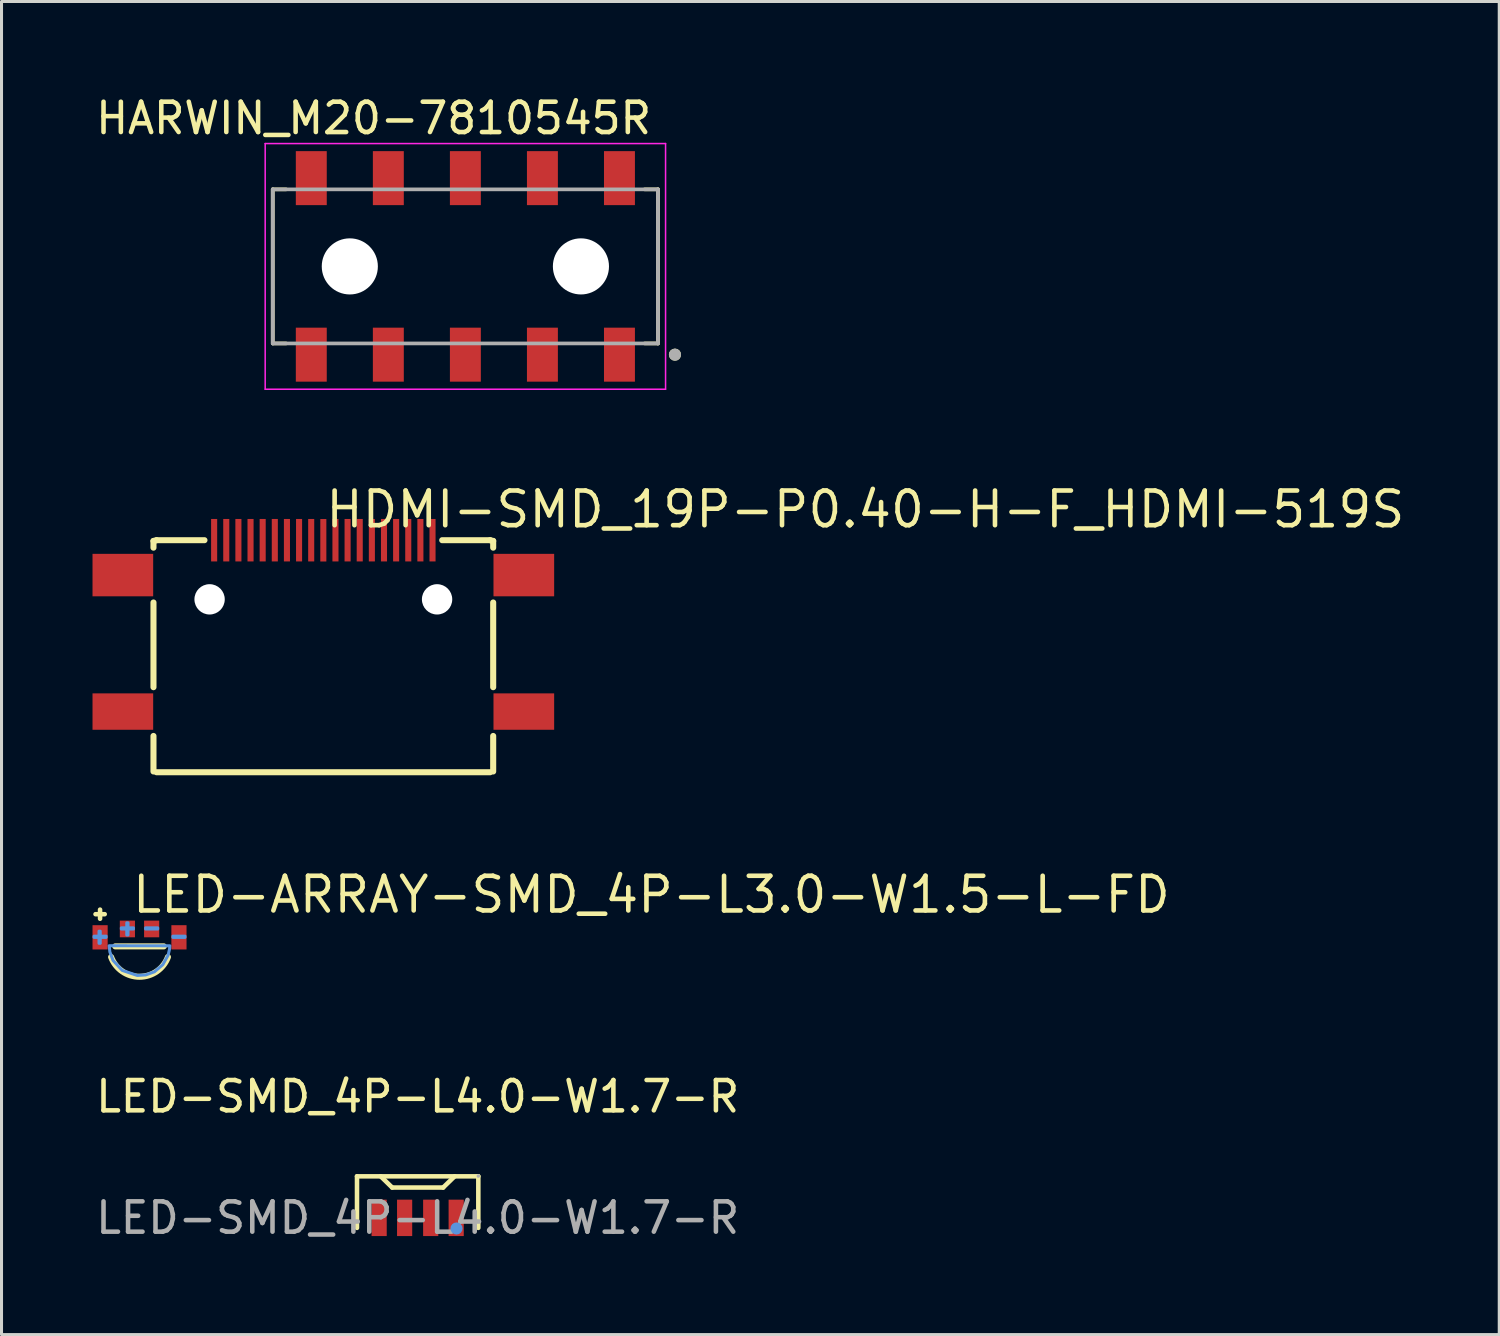
<source format=kicad_pcb>
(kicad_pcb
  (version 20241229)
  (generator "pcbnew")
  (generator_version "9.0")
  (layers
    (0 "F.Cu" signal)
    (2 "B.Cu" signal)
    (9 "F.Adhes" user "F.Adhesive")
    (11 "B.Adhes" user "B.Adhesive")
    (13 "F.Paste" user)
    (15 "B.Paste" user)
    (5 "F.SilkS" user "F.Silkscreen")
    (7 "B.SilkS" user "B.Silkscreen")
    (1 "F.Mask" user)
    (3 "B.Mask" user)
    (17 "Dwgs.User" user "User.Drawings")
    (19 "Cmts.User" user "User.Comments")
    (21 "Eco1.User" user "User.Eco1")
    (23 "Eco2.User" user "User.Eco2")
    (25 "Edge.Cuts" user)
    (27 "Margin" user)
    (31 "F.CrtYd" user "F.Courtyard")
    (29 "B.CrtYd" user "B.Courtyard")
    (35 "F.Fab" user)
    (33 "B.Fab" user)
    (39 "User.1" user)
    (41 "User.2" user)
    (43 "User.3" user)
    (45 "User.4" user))
  (footprint "LED-SMD_4P-L4.0-W1.7-R"
    (layer "F.Cu")
    (at 10.72 37.102)
    (property "Reference" "LED-SMD_4P-L4.0-W1.7-R" (at 0 -4 0) (layer "F.SilkS") (effects (font (size 1 1) (thickness 0.15))))
    (attr smd)
    (fp_line (start -2 -1.37) (end -2 0.33) (stroke (width 0.15) (type solid)) (layer "F.SilkS"))
    (fp_line (start -1.22 -1.37) (end -0.84 -1) (stroke (width 0.15) (type solid)) (layer "F.SilkS"))
    (fp_line (start -0.84 -1) (end 0.84 -1) (stroke (width 0.15) (type solid)) (layer "F.SilkS"))
    (fp_line (start 0.84 -1) (end 1.22 -1.37) (stroke (width 0.15) (type solid)) (layer "F.SilkS"))
    (fp_line (start 2 -1.37) (end -2 -1.37) (stroke (width 0.15) (type solid)) (layer "F.SilkS"))
    (fp_line (start 2 0.33) (end 2 -1.37) (stroke (width 0.15) (type solid)) (layer "F.SilkS"))
    (fp_circle (center 1.28 0.35) (end 1.38 0.35) (stroke (width 0.2) (type solid)) (fill no) (layer "Cmts.User"))
    (fp_circle (center 2 -1.38) (end 2.03 -1.38) (stroke (width 0.06) (type solid)) (fill no) (layer "F.Fab"))
    (fp_text user "${REFERENCE}" (at 0 0 0) (layer "F.Fab") (effects (font (size 1 1) (thickness 0.15))))
    (pad "1" smd rect (at 1.27 0) (size 0.5 1.2) (layers "F.Cu" "F.Mask" "F.Paste"))
    (pad "2" smd rect (at 0.43 0) (size 0.5 1.2) (layers "F.Cu" "F.Mask" "F.Paste"))
    (pad "3" smd rect (at -0.43 0) (size 0.5 1.2) (layers "F.Cu" "F.Mask" "F.Paste"))
    (pad "4" smd rect (at -1.27 0) (size 0.5 1.2) (layers "F.Cu" "F.Mask" "F.Paste")))
  (footprint "HDMI-SMD_19P-P0.40-H-F_HDMI-519S"
    (layer "F.Cu")
    (at 7.61 17.585)
    (property "Reference" "HDMI-SMD_19P-P0.40-H-F_HDMI-519S" (at 0 -3.841 0) (layer "F.SilkS") (effects (font (size 1.143 1.143) (thickness 0.152)) (justify left)))
    (attr smd)
    (fp_line (start -5.6 -2.8) (end -5.6 -2.579) (stroke (width 0.2) (type solid)) (layer "F.SilkS"))
    (fp_line (start -5.6 -0.771) (end -5.6 2.021) (stroke (width 0.2) (type solid)) (layer "F.SilkS"))
    (fp_line (start -5.6 3.629) (end -5.6 4.8) (stroke (width 0.2) (type solid)) (layer "F.SilkS"))
    (fp_line (start -5.5 -2.825) (end -5.6 -2.8) (stroke (width 0.2) (type solid)) (layer "F.SilkS"))
    (fp_line (start -5.5 4.825) (end 5.5 4.825) (stroke (width 0.2) (type solid)) (layer "F.SilkS"))
    (fp_line (start -3.919 -2.825) (end -5.5 -2.825) (stroke (width 0.2) (type solid)) (layer "F.SilkS"))
    (fp_line (start 5.5 -2.825) (end 3.919 -2.825) (stroke (width 0.2) (type solid)) (layer "F.SilkS"))
    (fp_line (start 5.5 -2.825) (end 5.6 -2.8) (stroke (width 0.2) (type solid)) (layer "F.SilkS"))
    (fp_line (start 5.6 -2.8) (end 5.6 -2.579) (stroke (width 0.2) (type solid)) (layer "F.SilkS"))
    (fp_line (start 5.6 -0.771) (end 5.6 2.021) (stroke (width 0.2) (type solid)) (layer "F.SilkS"))
    (fp_line (start 5.6 3.629) (end 5.6 4.8) (stroke (width 0.2) (type solid)) (layer "F.SilkS"))
    (fp_circle (center -3.75 -0.875) (end -3.55 -0.875) (stroke (width 0.4) (type solid)) (fill no) (layer "Cmts.User"))
    (fp_circle (center 3.75 -0.875) (end 3.95 -0.875) (stroke (width 0.4) (type solid)) (fill no) (layer "Cmts.User"))
    (pad "" np_thru_hole circle (at -3.75 -0.875) (size 1 1) (drill 1) (layers "*.Cu" "*.Mask"))
    (pad "" np_thru_hole circle (at 3.75 -0.875) (size 1 1) (drill 1) (layers "*.Cu" "*.Mask"))
    (pad "1" smd rect (at 3.6 -2.825) (size 0.2 1.4) (layers "F.Cu" "F.Mask" "F.Paste"))
    (pad "2" smd rect (at 3.2 -2.825) (size 0.2 1.4) (layers "F.Cu" "F.Mask" "F.Paste"))
    (pad "3" smd rect (at 2.8 -2.825) (size 0.2 1.4) (layers "F.Cu" "F.Mask" "F.Paste"))
    (pad "4" smd rect (at 2.4 -2.825) (size 0.2 1.4) (layers "F.Cu" "F.Mask" "F.Paste"))
    (pad "5" smd rect (at 2 -2.825) (size 0.2 1.4) (layers "F.Cu" "F.Mask" "F.Paste"))
    (pad "6" smd rect (at 1.6 -2.825) (size 0.2 1.4) (layers "F.Cu" "F.Mask" "F.Paste"))
    (pad "7" smd rect (at 1.2 -2.825) (size 0.2 1.4) (layers "F.Cu" "F.Mask" "F.Paste"))
    (pad "8" smd rect (at 0.8 -2.825) (size 0.2 1.4) (layers "F.Cu" "F.Mask" "F.Paste"))
    (pad "9" smd rect (at 0.4 -2.825) (size 0.2 1.4) (layers "F.Cu" "F.Mask" "F.Paste"))
    (pad "10" smd rect (at 0 -2.823) (size 0.2 1.4) (layers "F.Cu" "F.Mask" "F.Paste"))
    (pad "11" smd rect (at -0.4 -2.825) (size 0.2 1.4) (layers "F.Cu" "F.Mask" "F.Paste"))
    (pad "12" smd rect (at -0.8 -2.825) (size 0.2 1.4) (layers "F.Cu" "F.Mask" "F.Paste"))
    (pad "13" smd rect (at -1.2 -2.825) (size 0.2 1.4) (layers "F.Cu" "F.Mask" "F.Paste"))
    (pad "14" smd rect (at -1.6 -2.825) (size 0.2 1.4) (layers "F.Cu" "F.Mask" "F.Paste"))
    (pad "15" smd rect (at -2 -2.825) (size 0.2 1.4) (layers "F.Cu" "F.Mask" "F.Paste"))
    (pad "16" smd rect (at -2.4 -2.825) (size 0.2 1.4) (layers "F.Cu" "F.Mask" "F.Paste"))
    (pad "17" smd rect (at -2.8 -2.825) (size 0.2 1.4) (layers "F.Cu" "F.Mask" "F.Paste"))
    (pad "18" smd rect (at -3.2 -2.825) (size 0.2 1.4) (layers "F.Cu" "F.Mask" "F.Paste"))
    (pad "19" smd rect (at -3.6 -2.825) (size 0.2 1.4) (layers "F.Cu" "F.Mask" "F.Paste"))
    (pad "SH" smd rect (at -6.61 -1.675) (size 2 1.4) (layers "F.Cu" "F.Mask" "F.Paste"))
    (pad "SH" smd rect (at -6.61 2.825) (size 2 1.2) (layers "F.Cu" "F.Mask" "F.Paste"))
    (pad "SH" smd rect (at 6.61 -1.675) (size 2 1.4) (layers "F.Cu" "F.Mask" "F.Paste"))
    (pad "SH" smd rect (at 6.61 2.825) (size 2 1.2) (layers "F.Cu" "F.Mask" "F.Paste")))
  (footprint "LED-ARRAY-SMD_4P-L3.0-W1.5-L-FD"
    (layer "F.Cu")
    (at 1.55 27.715)
    (property "Reference" "LED-ARRAY-SMD_4P-L3.0-W1.5-L-FD" (at -0.314 -1.27 0) (layer "F.SilkS") (effects (font (size 1.143 1.143) (thickness 0.152)) (justify left)))
    (attr smd)
    (fp_line (start -1.45 -0.625) (end -1.148 -0.625) (stroke (width 0.15) (type solid)) (layer "F.SilkS"))
    (fp_line (start -1.301 -0.475) (end -1.301 -0.775) (stroke (width 0.15) (type solid)) (layer "F.SilkS"))
    (fp_line (start -0.8 0.436) (end 0.8 0.436) (stroke (width 0.2) (type solid)) (layer "F.SilkS"))
    (fp_arc (start 0.937 0.788) (mid 0.000108 1.438234) (end -0.936924 0.788203) (stroke (width 0.2) (type solid)) (layer "F.SilkS"))
    (fp_poly (pts (xy -1.5 0.1) (xy -1.1 0.1) (xy -1.1 0.14) (xy -1.5 0.14)) (stroke (width 0.1) (type solid)) (fill no) (layer "Cmts.User"))
    (fp_poly (pts (xy -1.335 0.335) (xy -1.335 -0.065) (xy -1.295 -0.065) (xy -1.295 0.335)) (stroke (width 0.1) (type solid)) (fill no) (layer "Cmts.User"))
    (fp_poly (pts (xy -0.6 -0.175) (xy -0.2 -0.175) (xy -0.2 -0.135) (xy -0.6 -0.135)) (stroke (width 0.1) (type solid)) (fill no) (layer "Cmts.User"))
    (fp_poly (pts (xy -0.42 0.06) (xy -0.42 -0.34) (xy -0.38 -0.34) (xy -0.38 0.06)) (stroke (width 0.1) (type solid)) (fill no) (layer "Cmts.User"))
    (fp_poly (pts (xy 0.2 -0.175) (xy 0.6 -0.175) (xy 0.6 -0.135) (xy 0.2 -0.135)) (stroke (width 0.1) (type solid)) (fill no) (layer "Cmts.User"))
    (fp_poly (pts (xy 1.1 0.1) (xy 1.5 0.1) (xy 1.5 0.14) (xy 1.1 0.14)) (stroke (width 0.1) (type solid)) (fill no) (layer "Cmts.User"))
    (fp_poly (pts (xy -1 0.415) (xy -0.978 0.619) (xy -0.873 0.9) (xy -0.57 1.228) (xy -0.073 1.395) (xy 0.204 1.377) (xy 0.491 1.274) (xy 0.767 1.04) (xy 0.943 0.726) (xy 0.99 0.521) (xy 0.999 0.417)) (stroke (width 0.1) (type solid)) (fill no) (layer "Cmts.User"))
    (pad "1" smd rect (at -1.3 0.138) (size 0.5 0.8) (layers "F.Cu" "F.Mask" "F.Paste"))
    (pad "2" smd rect (at -0.4 -0.138) (size 0.5 0.55) (layers "F.Cu" "F.Mask" "F.Paste"))
    (pad "3" smd rect (at 1.3 0.138) (size 0.5 0.8) (layers "F.Cu" "F.Mask" "F.Paste"))
    (pad "4" smd rect (at 0.4 -0.138) (size 0.5 0.55) (layers "F.Cu" "F.Mask" "F.Paste")))
  (footprint "HARWIN_M20-7810545R"
    (layer "F.Cu")
    (at 12.293 5.733)
    (property "Reference" "HARWIN_M20-7810545R" (at -3.025 -4.885 0) (layer "F.SilkS") (effects (font (size 1 1) (thickness 0.15))))
    (attr through_hole)
    (fp_line (start -6.35 -2.54) (end -5.91 -2.54) (stroke (width 0.12) (type solid)) (layer "F.SilkS"))
    (fp_line (start -6.35 2.54) (end -6.35 -2.54) (stroke (width 0.12) (type solid)) (layer "F.SilkS"))
    (fp_line (start -5.91 2.54) (end -6.35 2.54) (stroke (width 0.12) (type solid)) (layer "F.SilkS"))
    (fp_line (start 5.91 -2.54) (end 6.35 -2.54) (stroke (width 0.12) (type solid)) (layer "F.SilkS"))
    (fp_line (start 6.35 -2.54) (end 6.35 2.54) (stroke (width 0.127) (type solid)) (layer "F.SilkS"))
    (fp_line (start 6.35 2.54) (end 5.91 2.54) (stroke (width 0.12) (type solid)) (layer "F.SilkS"))
    (fp_circle (center 6.91 2.91) (end 7.01 2.91) (stroke (width 0.2) (type solid)) (fill no) (layer "F.SilkS"))
    (fp_line (start -6.6 -4.05) (end -6.6 4.05) (stroke (width 0.05) (type solid)) (layer "F.CrtYd"))
    (fp_line (start -6.6 4.05) (end 6.6 4.05) (stroke (width 0.05) (type solid)) (layer "F.CrtYd"))
    (fp_line (start 6.6 -4.05) (end -6.6 -4.05) (stroke (width 0.05) (type solid)) (layer "F.CrtYd"))
    (fp_line (start 6.6 4.05) (end 6.6 -4.05) (stroke (width 0.05) (type solid)) (layer "F.CrtYd"))
    (fp_line (start -6.35 -2.54) (end 6.35 -2.54) (stroke (width 0.12) (type solid)) (layer "F.Fab"))
    (fp_line (start -6.35 2.54) (end -6.35 -2.54) (stroke (width 0.127) (type solid)) (layer "F.Fab"))
    (fp_line (start 6.35 -2.54) (end 6.35 2.54) (stroke (width 0.127) (type solid)) (layer "F.Fab"))
    (fp_line (start 6.35 2.54) (end -6.35 2.54) (stroke (width 0.12) (type solid)) (layer "F.Fab"))
    (fp_circle (center 6.91 2.91) (end 7.01 2.91) (stroke (width 0.2) (type solid)) (fill no) (layer "F.Fab"))
    (pad "" np_thru_hole circle (at -3.81 0) (size 1.85 1.85) (drill 1.85) (layers "*.Cu" "*.Mask"))
    (pad "" np_thru_hole circle (at 3.81 0) (size 1.85 1.85) (drill 1.85) (layers "*.Cu" "*.Mask"))
    (pad "1" smd rect (at 5.08 2.91) (size 1.02 1.78) (layers "F.Cu" "F.Mask" "F.Paste"))
    (pad "2" smd rect (at 5.08 -2.91) (size 1.02 1.78) (layers "F.Cu" "F.Mask" "F.Paste"))
    (pad "3" smd rect (at 2.54 2.91) (size 1.02 1.78) (layers "F.Cu" "F.Mask" "F.Paste"))
    (pad "4" smd rect (at 2.54 -2.91) (size 1.02 1.78) (layers "F.Cu" "F.Mask" "F.Paste"))
    (pad "5" smd rect (at 0 2.91) (size 1.02 1.78) (layers "F.Cu" "F.Mask" "F.Paste"))
    (pad "6" smd rect (at 0 -2.91) (size 1.02 1.78) (layers "F.Cu" "F.Mask" "F.Paste"))
    (pad "7" smd rect (at -2.54 2.91) (size 1.02 1.78) (layers "F.Cu" "F.Mask" "F.Paste"))
    (pad "8" smd rect (at -2.54 -2.91) (size 1.02 1.78) (layers "F.Cu" "F.Mask" "F.Paste"))
    (pad "9" smd rect (at -5.08 2.91) (size 1.02 1.78) (layers "F.Cu" "F.Mask" "F.Paste"))
    (pad "10" smd rect (at -5.08 -2.91) (size 1.02 1.78) (layers "F.Cu" "F.Mask" "F.Paste")))
  (gr_rect
    (start -3 -3)
    (end 46.379 40.95)
    (stroke (width 0.1) (type default))
    (fill no)
    (layer "Edge.Cuts")))
</source>
